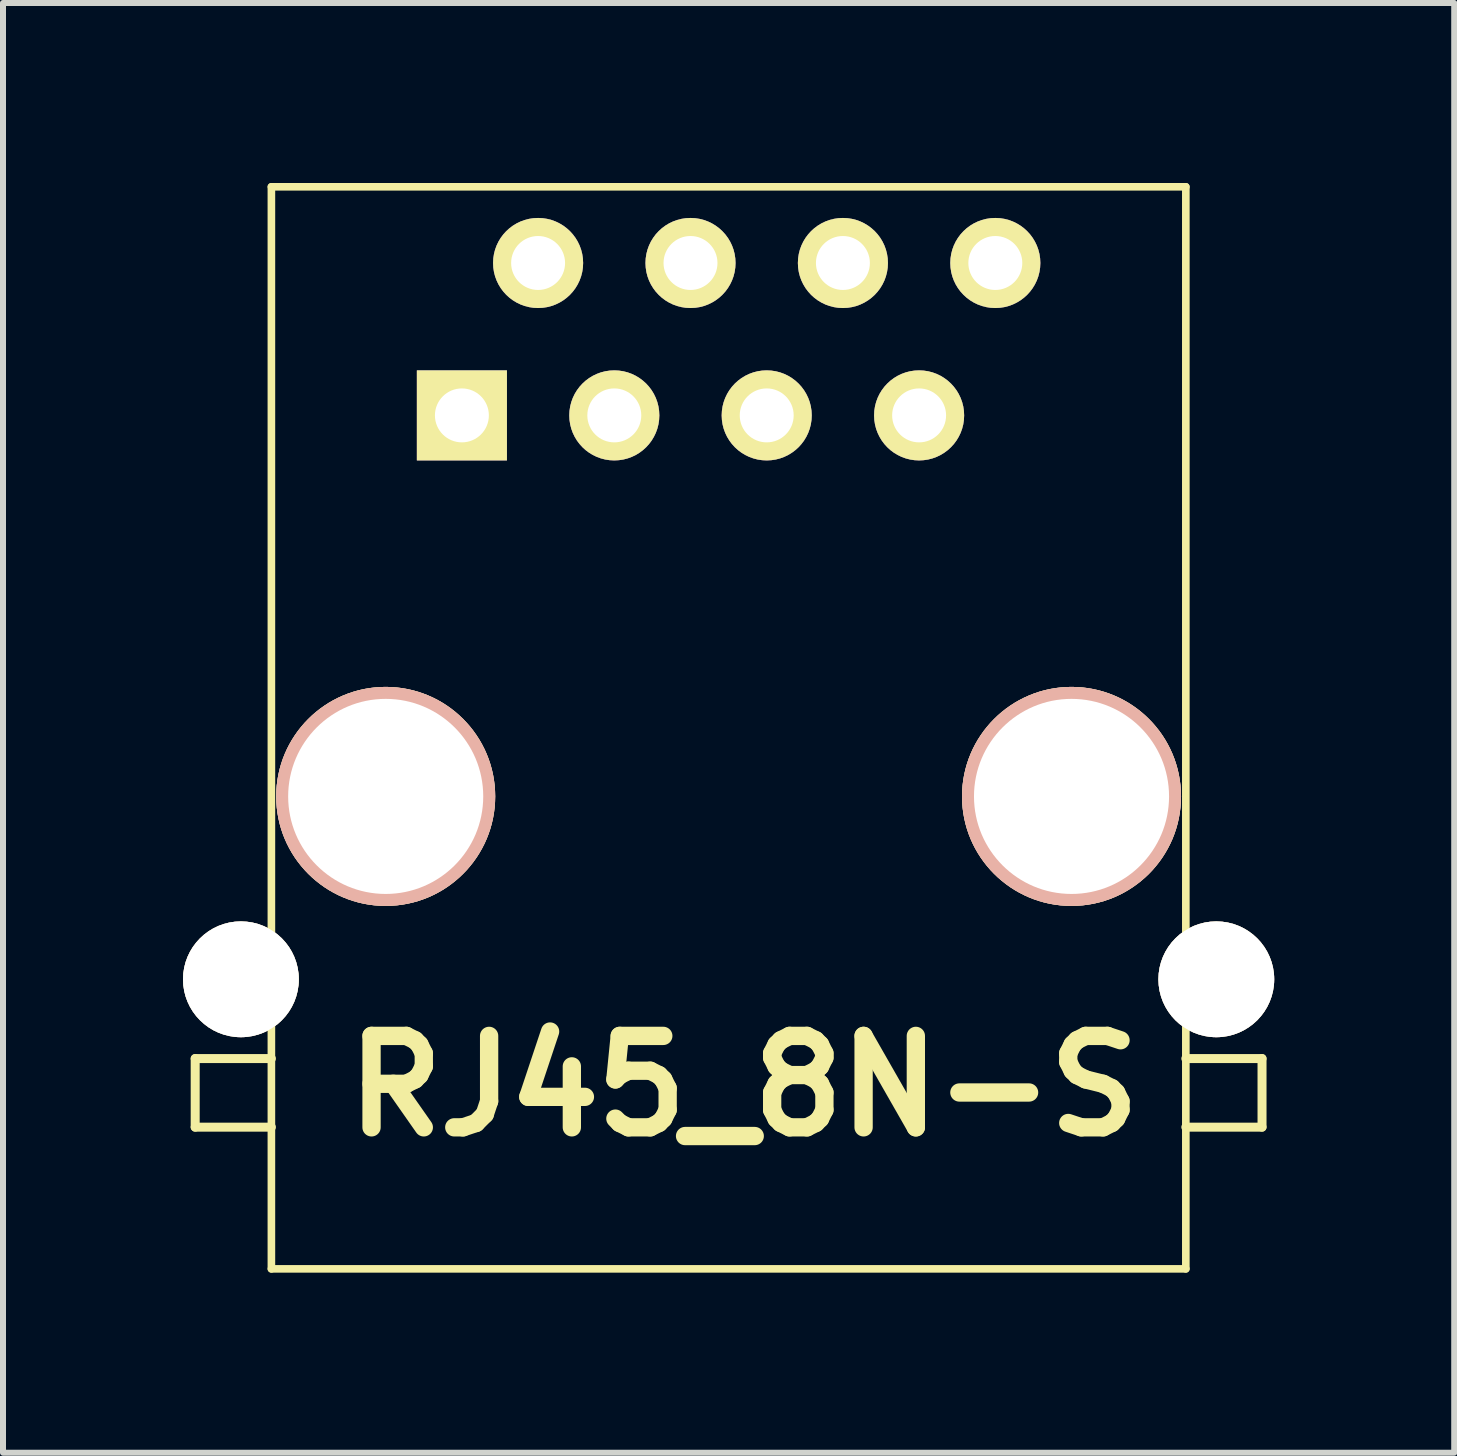
<source format=kicad_pcb>
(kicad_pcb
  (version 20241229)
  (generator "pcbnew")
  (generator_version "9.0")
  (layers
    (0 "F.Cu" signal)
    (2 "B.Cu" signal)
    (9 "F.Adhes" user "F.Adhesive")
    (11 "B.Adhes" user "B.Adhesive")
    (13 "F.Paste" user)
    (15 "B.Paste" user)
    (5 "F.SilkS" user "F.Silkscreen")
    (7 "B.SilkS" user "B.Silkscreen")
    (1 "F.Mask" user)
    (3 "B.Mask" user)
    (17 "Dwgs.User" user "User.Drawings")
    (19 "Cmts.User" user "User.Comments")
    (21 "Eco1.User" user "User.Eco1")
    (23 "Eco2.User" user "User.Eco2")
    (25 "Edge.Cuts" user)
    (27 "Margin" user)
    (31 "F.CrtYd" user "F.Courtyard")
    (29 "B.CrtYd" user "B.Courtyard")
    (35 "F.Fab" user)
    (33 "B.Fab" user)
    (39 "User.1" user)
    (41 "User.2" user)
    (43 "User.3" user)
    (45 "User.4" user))
  (footprint "RJ45_8N-S"
    (layer "F.Cu")
    (at 9.093 10.223)
    (property "Reference" "RJ45_8N-S" (at 0.254 4.826 0) (layer "F.SilkS") (effects (font (size 1.524 1.524) (thickness 0.305))))
    (attr through_hole)
    (fp_line (start -8.89 4.369) (end -7.62 4.369) (stroke (width 0.15) (type solid)) (layer "F.SilkS"))
    (fp_line (start -8.89 5.512) (end -8.89 4.369) (stroke (width 0.15) (type solid)) (layer "F.SilkS"))
    (fp_line (start -7.62 -10.16) (end -7.62 7.874) (stroke (width 0.127) (type solid)) (layer "F.SilkS"))
    (fp_line (start -7.62 5.512) (end -8.89 5.512) (stroke (width 0.15) (type solid)) (layer "F.SilkS"))
    (fp_line (start -7.62 7.874) (end 7.62 7.874) (stroke (width 0.127) (type solid)) (layer "F.SilkS"))
    (fp_line (start 7.62 -10.16) (end -7.62 -10.16) (stroke (width 0.127) (type solid)) (layer "F.SilkS"))
    (fp_line (start 7.62 5.512) (end 8.89 5.512) (stroke (width 0.15) (type solid)) (layer "F.SilkS"))
    (fp_line (start 7.62 7.874) (end 7.62 -10.16) (stroke (width 0.127) (type solid)) (layer "F.SilkS"))
    (fp_line (start 8.89 4.369) (end 7.62 4.369) (stroke (width 0.15) (type solid)) (layer "F.SilkS"))
    (fp_line (start 8.89 5.512) (end 8.89 4.369) (stroke (width 0.15) (type solid)) (layer "F.SilkS"))
    (pad "" thru_hole circle (at -8.128 3.048) (size 1.93 1.93) (drill 1.93) (layers "*.Cu" "*.Mask" "F.SilkS"))
    (pad "" np_thru_hole circle (at -5.715 0) (size 3.65 3.65) (drill 3.251) (layers "*.Cu" "*.SilkS" "*.Mask"))
    (pad "" np_thru_hole circle (at 5.715 0) (size 3.65 3.65) (drill 3.251) (layers "*.Cu" "*.SilkS" "*.Mask"))
    (pad "" thru_hole circle (at 8.128 3.048) (size 1.93 1.93) (drill 1.93) (layers "*.Cu" "*.Mask" "F.SilkS"))
    (pad "1" thru_hole rect (at -4.445 -6.35) (size 1.501 1.501) (drill 0.899) (layers "*.Cu" "*.Mask" "F.SilkS"))
    (pad "2" thru_hole circle (at -3.175 -8.89) (size 1.501 1.501) (drill 0.899) (layers "*.Cu" "*.Mask" "F.SilkS"))
    (pad "3" thru_hole circle (at -1.905 -6.35) (size 1.501 1.501) (drill 0.899) (layers "*.Cu" "*.Mask" "F.SilkS"))
    (pad "4" thru_hole circle (at -0.635 -8.89) (size 1.501 1.501) (drill 0.899) (layers "*.Cu" "*.Mask" "F.SilkS"))
    (pad "5" thru_hole circle (at 0.635 -6.35) (size 1.501 1.501) (drill 0.899) (layers "*.Cu" "*.Mask" "F.SilkS"))
    (pad "6" thru_hole circle (at 1.905 -8.89) (size 1.501 1.501) (drill 0.899) (layers "*.Cu" "*.Mask" "F.SilkS"))
    (pad "7" thru_hole circle (at 3.175 -6.35) (size 1.501 1.501) (drill 0.899) (layers "*.Cu" "*.Mask" "F.SilkS"))
    (pad "8" thru_hole circle (at 4.445 -8.89) (size 1.501 1.501) (drill 0.899) (layers "*.Cu" "*.Mask" "F.SilkS")))
  (gr_rect
    (start -3 -3)
    (end 21.186 21.161)
    (stroke (width 0.1) (type default))
    (fill no)
    (layer "Edge.Cuts")))
</source>
